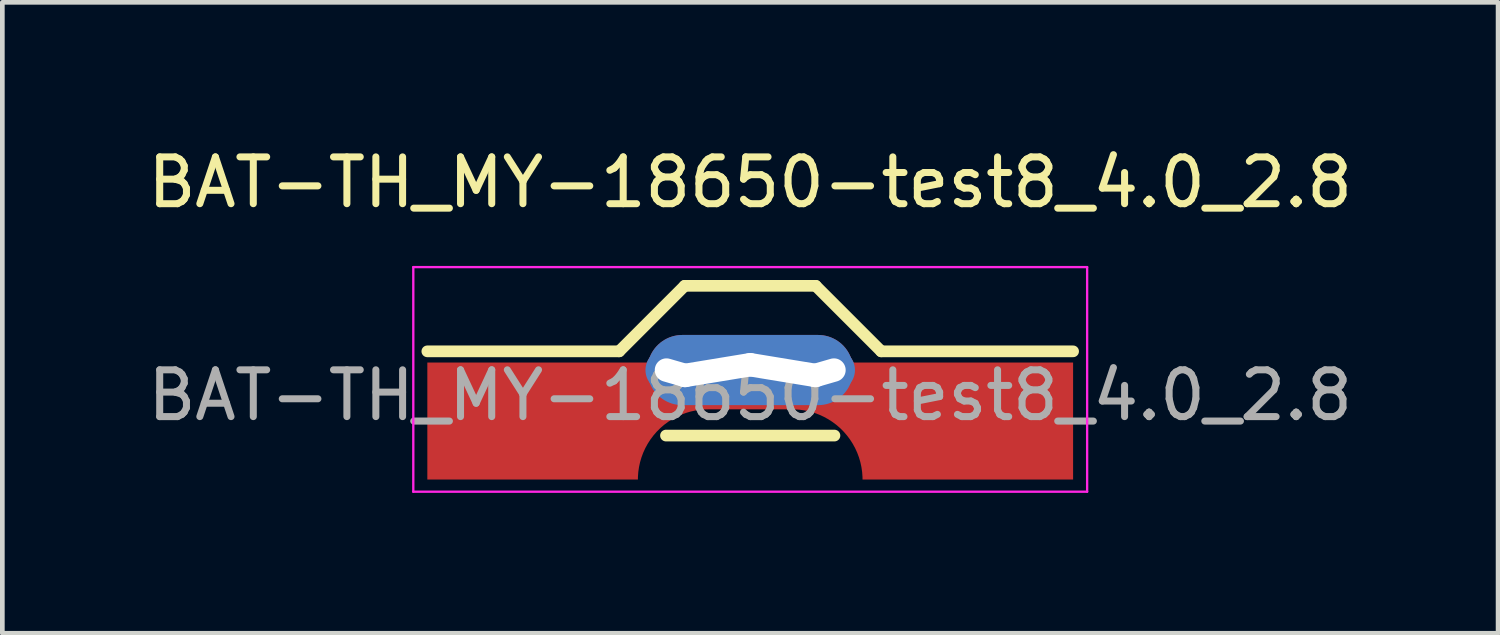
<source format=kicad_pcb>
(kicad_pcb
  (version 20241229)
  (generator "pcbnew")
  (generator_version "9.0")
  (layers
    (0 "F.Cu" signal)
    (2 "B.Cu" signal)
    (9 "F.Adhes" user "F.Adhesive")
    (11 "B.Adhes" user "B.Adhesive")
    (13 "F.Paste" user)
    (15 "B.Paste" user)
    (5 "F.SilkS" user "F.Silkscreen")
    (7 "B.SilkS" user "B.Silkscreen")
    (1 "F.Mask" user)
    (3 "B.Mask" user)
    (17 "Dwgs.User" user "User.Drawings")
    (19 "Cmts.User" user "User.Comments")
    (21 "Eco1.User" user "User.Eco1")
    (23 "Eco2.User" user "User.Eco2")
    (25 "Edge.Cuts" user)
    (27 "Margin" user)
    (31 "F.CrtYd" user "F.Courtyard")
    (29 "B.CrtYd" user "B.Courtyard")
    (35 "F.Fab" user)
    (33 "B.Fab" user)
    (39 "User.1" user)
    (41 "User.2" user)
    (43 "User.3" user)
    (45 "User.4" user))
  (footprint "BAT-TH_MY-18650-test8_4.0_2.8"
    (layer "F.Cu")
    (at 12.982 4.858)
    (property "Reference" "BAT-TH_MY-18650-test8_4.0_2.8" (at 0 -4.01 0) (layer "F.SilkS") (effects (font (size 1 1) (thickness 0.15))))
    (attr through_hole)
    (fp_line (start -6.9 -0.4) (end -2.8 -0.4) (stroke (width 0.25) (type solid)) (layer "F.SilkS"))
    (fp_line (start -2.8 -0.4) (end -1.4 -1.8) (stroke (width 0.25) (type solid)) (layer "F.SilkS"))
    (fp_line (start 1.4 -1.8) (end -1.4 -1.8) (stroke (width 0.25) (type solid)) (layer "F.SilkS"))
    (fp_line (start 1.8 1.4) (end -1.8 1.4) (stroke (width 0.25) (type solid)) (layer "F.SilkS"))
    (fp_line (start 2.8 -0.4) (end 1.4 -1.8) (stroke (width 0.25) (type solid)) (layer "F.SilkS"))
    (fp_line (start 2.8 -0.4) (end 6.9 -0.4) (stroke (width 0.25) (type solid)) (layer "F.SilkS"))
    (fp_line (start -7.2 -2.2) (end 7.2 -2.2) (stroke (width 0.05) (type default)) (layer "F.CrtYd"))
    (fp_line (start -7.2 2.6) (end -7.2 -2.2) (stroke (width 0.05) (type default)) (layer "F.CrtYd"))
    (fp_line (start 7.2 -2.2) (end 7.2 2.6) (stroke (width 0.05) (type default)) (layer "F.CrtYd"))
    (fp_line (start 7.2 2.6) (end -7.2 2.6) (stroke (width 0.05) (type default)) (layer "F.CrtYd"))
    (fp_rect (start -2 -0.15) (end 2 0.15) (stroke (width 0.001) (type solid)) (fill no) (layer "User.2"))
    (fp_text user "${REFERENCE}" (at 0 0.54 0) (layer "F.Fab") (effects (font (size 1 1) (thickness 0.15))))
    (pad "1" thru_hole oval (at -1.59 0.058 73.85) (size 0.9 1.313) (drill oval 0.5 0.916) (layers "*.Cu" "*.Paste" "*.Mask"))
    (pad "1" thru_hole oval (at -0.7 0.001 99.35) (size 0.9 2.315) (drill oval 0.5 1.91) (layers "*.Cu" "*.Paste" "*.Mask"))
    (pad "1" smd custom (at 0 0) (size 1 1) (layers "F.Cu" "F.Mask" "F.Paste") (options (anchor circle)) (primitives (gr_poly (pts (xy 6.9 -0.16) (xy -6.9 -0.16) (xy -6.9 2.34) (arc (start -2.399998 2.34) (mid -1.96066 1.27934) (end -0.899999 0.84)) (arc (start 0.9 0.84) (mid 1.96066 1.27934) (end 2.4 2.34)) (xy 6.9 2.34)) (width 0) (fill yes))))
    (pad "1" thru_hole oval (at 0 0) (size 4.4 1.5) (drill 0.1) (layers "*.Cu" "*.Mask"))
    (pad "1" thru_hole oval (at 0.7 0.001 260.66) (size 0.9 2.115) (drill oval 0.5 1.912) (layers "*.Cu" "*.Paste" "*.Mask"))
    (pad "1" thru_hole oval (at 1.59 0.058 286.16) (size 0.9 1.313) (drill oval 0.5 0.916) (layers "*.Cu" "*.Paste" "*.Mask")))
  (gr_rect
    (start -3 -3)
    (end 28.964 10.483)
    (stroke (width 0.1) (type default))
    (fill no)
    (layer "Edge.Cuts")))
</source>
